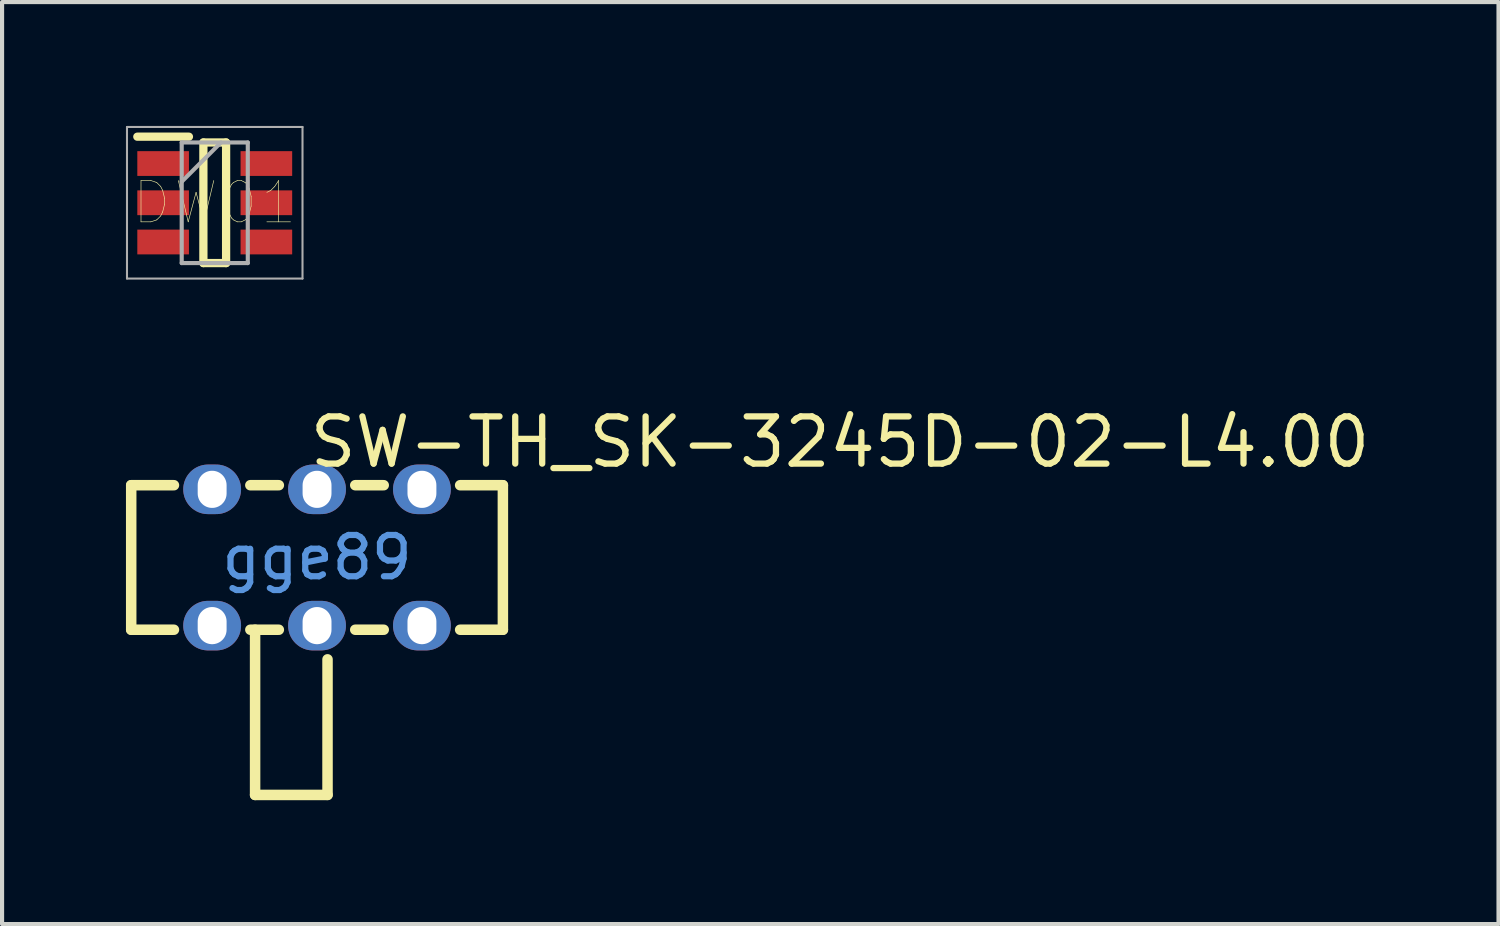
<source format=kicad_pcb>
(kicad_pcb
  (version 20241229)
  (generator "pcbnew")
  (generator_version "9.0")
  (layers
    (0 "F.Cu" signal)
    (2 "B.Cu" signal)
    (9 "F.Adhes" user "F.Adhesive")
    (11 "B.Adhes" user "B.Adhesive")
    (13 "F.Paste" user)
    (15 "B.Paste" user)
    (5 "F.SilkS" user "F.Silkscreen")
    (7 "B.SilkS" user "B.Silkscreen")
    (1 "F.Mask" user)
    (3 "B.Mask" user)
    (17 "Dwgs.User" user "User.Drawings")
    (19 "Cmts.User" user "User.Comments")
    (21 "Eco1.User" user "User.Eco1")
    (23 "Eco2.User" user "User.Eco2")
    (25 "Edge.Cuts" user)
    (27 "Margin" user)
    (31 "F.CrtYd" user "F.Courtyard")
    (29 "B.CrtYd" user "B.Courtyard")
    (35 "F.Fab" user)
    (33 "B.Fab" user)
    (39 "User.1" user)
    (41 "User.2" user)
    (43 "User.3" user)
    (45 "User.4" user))
  (footprint "DW01"
    (layer "F.Cu")
    (at 2.15 1.86)
    (property "Reference" "DW01" (at 0 0 0) (layer "F.SilkS") (effects (font (size 1 1) (thickness 0.015))))
    (attr through_hole)
    (fp_line (start -1.875 -1.6) (end -0.625 -1.6) (stroke (width 0.2) (type solid)) (layer "F.SilkS"))
    (fp_line (start -0.275 -1.46) (end 0.275 -1.46) (stroke (width 0.2) (type solid)) (layer "F.SilkS"))
    (fp_line (start -0.275 1.46) (end -0.275 -1.46) (stroke (width 0.2) (type solid)) (layer "F.SilkS"))
    (fp_line (start 0.275 -1.46) (end 0.275 1.46) (stroke (width 0.2) (type solid)) (layer "F.SilkS"))
    (fp_line (start 0.275 1.46) (end -0.275 1.46) (stroke (width 0.2) (type solid)) (layer "F.SilkS"))
    (fp_line (start -2.125 -1.835) (end 2.125 -1.835) (stroke (width 0.05) (type solid)) (layer "F.Fab"))
    (fp_line (start -2.125 1.835) (end -2.125 -1.835) (stroke (width 0.05) (type solid)) (layer "F.Fab"))
    (fp_line (start -0.8 -1.46) (end 0.8 -1.46) (stroke (width 0.1) (type solid)) (layer "F.Fab"))
    (fp_line (start -0.8 -0.51) (end 0.15 -1.46) (stroke (width 0.1) (type solid)) (layer "F.Fab"))
    (fp_line (start -0.8 1.46) (end -0.8 -1.46) (stroke (width 0.1) (type solid)) (layer "F.Fab"))
    (fp_line (start 0.8 -1.46) (end 0.8 1.46) (stroke (width 0.1) (type solid)) (layer "F.Fab"))
    (fp_line (start 0.8 1.46) (end -0.8 1.46) (stroke (width 0.1) (type solid)) (layer "F.Fab"))
    (fp_line (start 2.125 -1.835) (end 2.125 1.835) (stroke (width 0.05) (type solid)) (layer "F.Fab"))
    (fp_line (start 2.125 1.835) (end -2.125 1.835) (stroke (width 0.05) (type solid)) (layer "F.Fab"))
    (pad "1" smd rect (at -1.25 -0.95) (size 1.25 0.6) (layers "F.Cu" "F.Mask" "F.Paste"))
    (pad "2" smd rect (at -1.25 0) (size 1.25 0.6) (layers "F.Cu" "F.Mask" "F.Paste"))
    (pad "3" smd rect (at -1.25 0.95) (size 1.25 0.6) (layers "F.Cu" "F.Mask" "F.Paste"))
    (pad "4" smd rect (at 1.25 0.95) (size 1.25 0.6) (layers "F.Cu" "F.Mask" "F.Paste"))
    (pad "5" smd rect (at 1.25 0) (size 1.25 0.6) (layers "F.Cu" "F.Mask" "F.Paste"))
    (pad "6" smd rect (at 1.25 -0.95) (size 1.25 0.6) (layers "F.Cu" "F.Mask" "F.Paste")))
  (footprint "SW-TH_SK-3245D-02-L4.00"
    (layer "F.Cu")
    (at 4.627 10.449)
    (property "Reference" "SW-TH_SK-3245D-02-L4.00" (at -0.254 -2.794 0) (layer "F.SilkS") (effects (font (size 1.143 1.143) (thickness 0.152)) (justify left)))
    (attr through_hole)
    (fp_line (start -4.5 -1.75) (end -3.465 -1.75) (stroke (width 0.254) (type solid)) (layer "F.SilkS"))
    (fp_line (start -4.5 1.75) (end -4.5 -1.75) (stroke (width 0.254) (type solid)) (layer "F.SilkS"))
    (fp_line (start -3.465 1.75) (end -4.5 1.75) (stroke (width 0.254) (type solid)) (layer "F.SilkS"))
    (fp_line (start -1.615 -1.75) (end -0.925 -1.75) (stroke (width 0.254) (type solid)) (layer "F.SilkS"))
    (fp_line (start -1.5 1.75) (end -1.5 5.75) (stroke (width 0.254) (type solid)) (layer "F.SilkS"))
    (fp_line (start -1.5 5.75) (end 0.254 5.75) (stroke (width 0.254) (type solid)) (layer "F.SilkS"))
    (fp_line (start -0.925 1.75) (end -1.615 1.75) (stroke (width 0.254) (type solid)) (layer "F.SilkS"))
    (fp_line (start 0.254 5.75) (end 0.254 2.467) (stroke (width 0.254) (type solid)) (layer "F.SilkS"))
    (fp_line (start 0.925 -1.75) (end 1.615 -1.75) (stroke (width 0.254) (type solid)) (layer "F.SilkS"))
    (fp_line (start 1.615 1.75) (end 0.925 1.75) (stroke (width 0.254) (type solid)) (layer "F.SilkS"))
    (fp_line (start 3.465 -1.75) (end 4.5 -1.75) (stroke (width 0.254) (type solid)) (layer "F.SilkS"))
    (fp_line (start 4.5 -1.75) (end 4.5 1.75) (stroke (width 0.254) (type solid)) (layer "F.SilkS"))
    (fp_line (start 4.5 1.75) (end 3.465 1.75) (stroke (width 0.254) (type solid)) (layer "F.SilkS"))
    (fp_text user "gge89" (at 0 0 0) (layer "Cmts.User") (effects (font (size 1 1) (thickness 0.15))))
    (pad "1" thru_hole oval (at -2.54 -1.65) (size 1.4 1.2) (drill oval 0.7 0.9) (layers "*.Cu" "*.Paste" "*.Mask"))
    (pad "1" thru_hole oval (at -2.54 1.65) (size 1.4 1.2) (drill oval 0.7 0.9) (layers "*.Cu" "*.Paste" "*.Mask"))
    (pad "2" thru_hole oval (at 0 -1.65) (size 1.4 1.2) (drill oval 0.7 0.9) (layers "*.Cu" "*.Paste" "*.Mask"))
    (pad "2" thru_hole oval (at 0 1.65) (size 1.4 1.2) (drill oval 0.7 0.9) (layers "*.Cu" "*.Paste" "*.Mask"))
    (pad "3" thru_hole oval (at 2.54 -1.65) (size 1.4 1.2) (drill oval 0.7 0.9) (layers "*.Cu" "*.Paste" "*.Mask"))
    (pad "3" thru_hole oval (at 2.54 1.65) (size 1.4 1.2) (drill oval 0.7 0.9) (layers "*.Cu" "*.Paste" "*.Mask")))
  (gr_rect
    (start -3 -3)
    (end 33.236 19.326)
    (stroke (width 0.1) (type default))
    (fill no)
    (layer "Edge.Cuts")))
</source>
